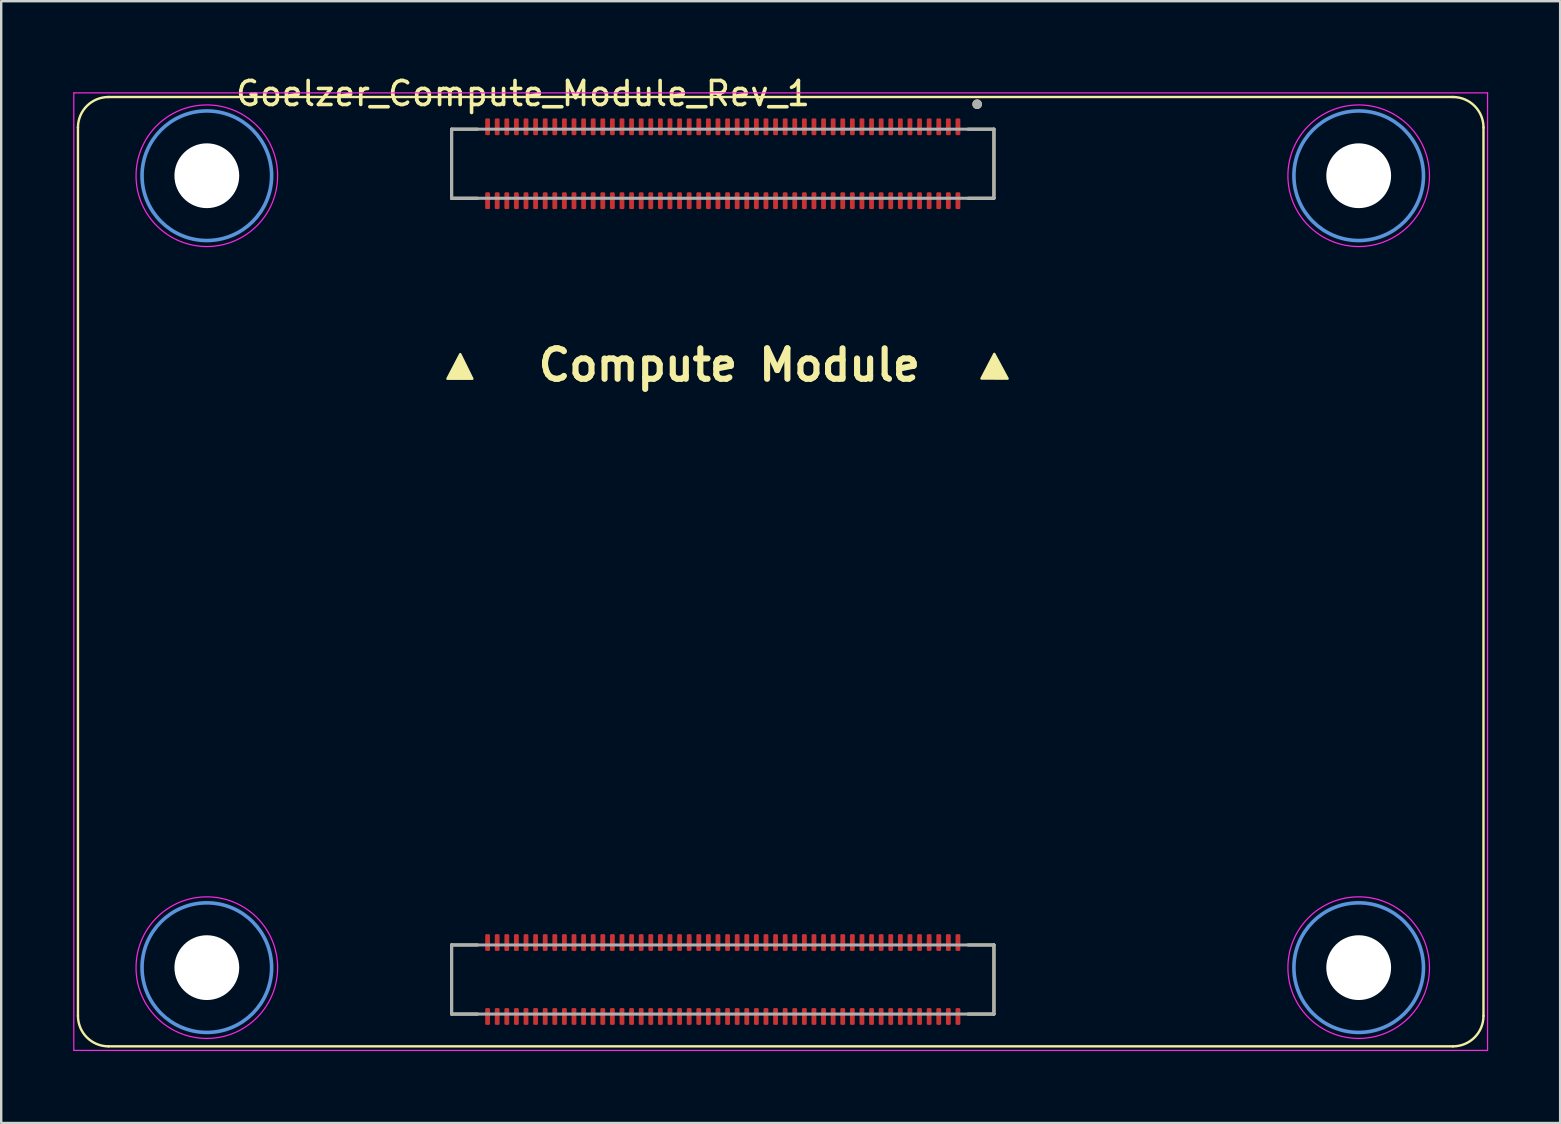
<source format=kicad_pcb>
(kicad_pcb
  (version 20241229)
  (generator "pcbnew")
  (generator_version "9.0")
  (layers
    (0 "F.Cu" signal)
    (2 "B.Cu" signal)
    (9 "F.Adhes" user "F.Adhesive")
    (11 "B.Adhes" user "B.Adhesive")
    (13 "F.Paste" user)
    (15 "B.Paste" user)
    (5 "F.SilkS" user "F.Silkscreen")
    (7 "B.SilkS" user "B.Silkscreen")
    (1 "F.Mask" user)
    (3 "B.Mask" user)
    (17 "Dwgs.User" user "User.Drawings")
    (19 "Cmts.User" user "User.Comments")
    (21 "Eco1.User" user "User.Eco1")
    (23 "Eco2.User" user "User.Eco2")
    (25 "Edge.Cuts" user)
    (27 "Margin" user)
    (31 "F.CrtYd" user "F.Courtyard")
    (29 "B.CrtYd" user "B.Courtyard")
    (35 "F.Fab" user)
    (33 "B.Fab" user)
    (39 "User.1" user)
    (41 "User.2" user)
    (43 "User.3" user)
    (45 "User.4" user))
  (footprint "Goelzer_Compute_Module_Rev_1"
    (layer "F.Cu")
    (at 27.069 3.773)
    (property "Reference" "Goelzer_Compute_Module_Rev_1" (at -8.325 -2.925 0) (layer "F.SilkS") (effects (font (size 1 1) (thickness 0.15))))
    (attr smd)
    (fp_line (start -26.87 35.51) (end -26.87 -1.51) (stroke (width 0.1) (type default)) (layer "F.SilkS"))
    (fp_line (start -25.6 -2.78) (end 30.43 -2.78) (stroke (width 0.1) (type default)) (layer "F.SilkS"))
    (fp_line (start -11.3 -1.44) (end -11.3 1.44) (stroke (width 0.127) (type solid)) (layer "F.SilkS"))
    (fp_line (start -11.3 1.44) (end -10.22 1.44) (stroke (width 0.127) (type solid)) (layer "F.SilkS"))
    (fp_line (start -11.3 32.555) (end -11.3 35.435) (stroke (width 0.127) (type solid)) (layer "F.SilkS"))
    (fp_line (start -11.3 35.435) (end -10.22 35.435) (stroke (width 0.127) (type solid)) (layer "F.SilkS"))
    (fp_line (start -10.22 -1.44) (end -11.3 -1.44) (stroke (width 0.127) (type solid)) (layer "F.SilkS"))
    (fp_line (start -10.22 32.555) (end -11.3 32.555) (stroke (width 0.127) (type solid)) (layer "F.SilkS"))
    (fp_line (start 11.3 -1.44) (end 10.22 -1.44) (stroke (width 0.127) (type solid)) (layer "F.SilkS"))
    (fp_line (start 11.3 -1.44) (end 11.3 1.44) (stroke (width 0.127) (type solid)) (layer "F.SilkS"))
    (fp_line (start 11.3 1.44) (end 10.22 1.44) (stroke (width 0.127) (type solid)) (layer "F.SilkS"))
    (fp_line (start 11.3 32.555) (end 10.22 32.555) (stroke (width 0.127) (type solid)) (layer "F.SilkS"))
    (fp_line (start 11.3 32.555) (end 11.3 35.435) (stroke (width 0.127) (type solid)) (layer "F.SilkS"))
    (fp_line (start 11.3 35.435) (end 10.22 35.435) (stroke (width 0.127) (type solid)) (layer "F.SilkS"))
    (fp_line (start 30.43 36.78) (end -25.6 36.78) (stroke (width 0.1) (type default)) (layer "F.SilkS"))
    (fp_line (start 31.7 -1.51) (end 31.7 35.51) (stroke (width 0.1) (type default)) (layer "F.SilkS"))
    (fp_arc (start -26.87 -1.51) (mid -26.498026 -2.408026) (end -25.6 -2.78) (stroke (width 0.1) (type default)) (layer "F.SilkS"))
    (fp_arc (start -25.6 36.78) (mid -26.498026 36.408026) (end -26.87 35.51) (stroke (width 0.1) (type default)) (layer "F.SilkS"))
    (fp_arc (start 30.43 -2.78) (mid 31.328026 -2.408026) (end 31.7 -1.51) (stroke (width 0.1) (type default)) (layer "F.SilkS"))
    (fp_arc (start 31.7 35.51) (mid 31.328026 36.408026) (end 30.43 36.78) (stroke (width 0.1) (type default)) (layer "F.SilkS"))
    (fp_circle (center 10.6 -2.48) (end 10.7 -2.48) (stroke (width 0.2) (type solid)) (fill no) (layer "F.SilkS"))
    (fp_poly (pts (xy -11.475 8.96) (xy -10.94 7.935) (xy -10.435 8.96)) (stroke (width 0.1) (type solid)) (fill yes) (layer "F.SilkS"))
    (fp_poly (pts (xy 10.78 8.95) (xy 11.315 7.925) (xy 11.87 8.955)) (stroke (width 0.1) (type solid)) (fill yes) (layer "F.SilkS"))
    (fp_circle (center -21.5 0.5) (end -18.8 0.5) (stroke (width 0.15) (type solid)) (fill no) (layer "Cmts.User"))
    (fp_circle (center -21.5 33.5) (end -18.8 33.5) (stroke (width 0.15) (type solid)) (fill no) (layer "Cmts.User"))
    (fp_circle (center 26.5 0.5) (end 29.2 0.5) (stroke (width 0.15) (type solid)) (fill no) (layer "Cmts.User"))
    (fp_circle (center 26.5 33.5) (end 29.2 33.5) (stroke (width 0.15) (type solid)) (fill no) (layer "Cmts.User"))
    (fp_line (start -27.044 -2.953) (end -27.044 36.948) (stroke (width 0.05) (type solid)) (layer "F.CrtYd"))
    (fp_line (start -27.044 36.948) (end 31.87 36.948) (stroke (width 0.05) (type solid)) (layer "F.CrtYd"))
    (fp_line (start 31.87 -2.953) (end -27.044 -2.953) (stroke (width 0.05) (type solid)) (layer "F.CrtYd"))
    (fp_line (start 31.87 36.948) (end 31.87 -2.953) (stroke (width 0.05) (type solid)) (layer "F.CrtYd"))
    (fp_circle (center -21.5 0.5) (end -18.55 0.5) (stroke (width 0.05) (type solid)) (fill no) (layer "F.CrtYd"))
    (fp_circle (center -21.5 33.5) (end -18.55 33.5) (stroke (width 0.05) (type solid)) (fill no) (layer "F.CrtYd"))
    (fp_circle (center 26.5 0.5) (end 29.45 0.5) (stroke (width 0.05) (type solid)) (fill no) (layer "F.CrtYd"))
    (fp_circle (center 26.5 33.5) (end 29.45 33.5) (stroke (width 0.05) (type solid)) (fill no) (layer "F.CrtYd"))
    (fp_line (start -11.3 -1.44) (end 11.3 -1.44) (stroke (width 0.127) (type solid)) (layer "F.Fab"))
    (fp_line (start -11.3 1.44) (end -11.3 -1.44) (stroke (width 0.127) (type solid)) (layer "F.Fab"))
    (fp_line (start -11.3 32.555) (end 11.3 32.555) (stroke (width 0.127) (type solid)) (layer "F.Fab"))
    (fp_line (start -11.3 35.435) (end -11.3 32.555) (stroke (width 0.127) (type solid)) (layer "F.Fab"))
    (fp_line (start 11.3 -1.44) (end 11.3 1.44) (stroke (width 0.127) (type solid)) (layer "F.Fab"))
    (fp_line (start 11.3 1.44) (end -11.3 1.44) (stroke (width 0.127) (type solid)) (layer "F.Fab"))
    (fp_line (start 11.3 32.555) (end 11.3 35.435) (stroke (width 0.127) (type solid)) (layer "F.Fab"))
    (fp_line (start 11.3 35.435) (end -11.3 35.435) (stroke (width 0.127) (type solid)) (layer "F.Fab"))
    (fp_circle (center 10.6 -2.48) (end 10.7 -2.48) (stroke (width 0.2) (type solid)) (fill no) (layer "F.Fab"))
    (fp_text user "Compute Module" (at -7.815 9.13 0) (unlocked yes) (layer "F.SilkS") (effects (font (size 1.27 1.27) (thickness 0.254) (bold yes)) (justify left bottom)))
    (pad "" np_thru_hole circle (at -21.5 0.5) (size 2.7 2.7) (drill 2.7) (layers "*.Cu" "*.Mask"))
    (pad "" np_thru_hole circle (at -21.5 33.5) (size 2.7 2.7) (drill 2.7) (layers "*.Cu" "*.Mask"))
    (pad "" np_thru_hole circle (at 26.5 0.5) (size 2.7 2.7) (drill 2.7) (layers "*.Cu" "*.Mask"))
    (pad "" np_thru_hole circle (at 26.5 33.5) (size 2.7 2.7) (drill 2.7) (layers "*.Cu" "*.Mask"))
    (pad "1" smd roundrect (at 9.8 -1.54) (size 0.2 0.7) (layers "F.Cu" "F.Mask" "F.Paste") (roundrect_rratio 0.25))
    (pad "2" smd roundrect (at 9.8 1.54) (size 0.2 0.7) (layers "F.Cu" "F.Mask" "F.Paste") (roundrect_rratio 0.25))
    (pad "3" smd roundrect (at 9.4 -1.54) (size 0.2 0.7) (layers "F.Cu" "F.Mask" "F.Paste") (roundrect_rratio 0.25))
    (pad "4" smd roundrect (at 9.4 1.54) (size 0.2 0.7) (layers "F.Cu" "F.Mask" "F.Paste") (roundrect_rratio 0.25))
    (pad "5" smd roundrect (at 9 -1.54) (size 0.2 0.7) (layers "F.Cu" "F.Mask" "F.Paste") (roundrect_rratio 0.25))
    (pad "6" smd roundrect (at 9 1.54) (size 0.2 0.7) (layers "F.Cu" "F.Mask" "F.Paste") (roundrect_rratio 0.25))
    (pad "7" smd roundrect (at 8.6 -1.54) (size 0.2 0.7) (layers "F.Cu" "F.Mask" "F.Paste") (roundrect_rratio 0.25))
    (pad "8" smd roundrect (at 8.6 1.54) (size 0.2 0.7) (layers "F.Cu" "F.Mask" "F.Paste") (roundrect_rratio 0.25))
    (pad "9" smd roundrect (at 8.2 -1.54) (size 0.2 0.7) (layers "F.Cu" "F.Mask" "F.Paste") (roundrect_rratio 0.25))
    (pad "10" smd roundrect (at 8.2 1.54) (size 0.2 0.7) (layers "F.Cu" "F.Mask" "F.Paste") (roundrect_rratio 0.25))
    (pad "11" smd roundrect (at 7.8 -1.54) (size 0.2 0.7) (layers "F.Cu" "F.Mask" "F.Paste") (roundrect_rratio 0.25))
    (pad "12" smd roundrect (at 7.8 1.54) (size 0.2 0.7) (layers "F.Cu" "F.Mask" "F.Paste") (roundrect_rratio 0.25))
    (pad "13" smd roundrect (at 7.4 -1.54) (size 0.2 0.7) (layers "F.Cu" "F.Mask" "F.Paste") (roundrect_rratio 0.25))
    (pad "14" smd roundrect (at 7.4 1.54) (size 0.2 0.7) (layers "F.Cu" "F.Mask" "F.Paste") (roundrect_rratio 0.25))
    (pad "15" smd roundrect (at 7 -1.54) (size 0.2 0.7) (layers "F.Cu" "F.Mask" "F.Paste") (roundrect_rratio 0.25))
    (pad "16" smd roundrect (at 7 1.54) (size 0.2 0.7) (layers "F.Cu" "F.Mask" "F.Paste") (roundrect_rratio 0.25))
    (pad "17" smd roundrect (at 6.6 -1.54) (size 0.2 0.7) (layers "F.Cu" "F.Mask" "F.Paste") (roundrect_rratio 0.25))
    (pad "18" smd roundrect (at 6.6 1.54) (size 0.2 0.7) (layers "F.Cu" "F.Mask" "F.Paste") (roundrect_rratio 0.25))
    (pad "19" smd roundrect (at 6.2 -1.54) (size 0.2 0.7) (layers "F.Cu" "F.Mask" "F.Paste") (roundrect_rratio 0.25))
    (pad "20" smd roundrect (at 6.2 1.54) (size 0.2 0.7) (layers "F.Cu" "F.Mask" "F.Paste") (roundrect_rratio 0.25))
    (pad "21" smd roundrect (at 5.8 -1.54) (size 0.2 0.7) (layers "F.Cu" "F.Mask" "F.Paste") (roundrect_rratio 0.25))
    (pad "22" smd roundrect (at 5.8 1.54) (size 0.2 0.7) (layers "F.Cu" "F.Mask" "F.Paste") (roundrect_rratio 0.25))
    (pad "23" smd roundrect (at 5.4 -1.54) (size 0.2 0.7) (layers "F.Cu" "F.Mask" "F.Paste") (roundrect_rratio 0.25))
    (pad "24" smd roundrect (at 5.4 1.54) (size 0.2 0.7) (layers "F.Cu" "F.Mask" "F.Paste") (roundrect_rratio 0.25))
    (pad "25" smd roundrect (at 5 -1.54) (size 0.2 0.7) (layers "F.Cu" "F.Mask" "F.Paste") (roundrect_rratio 0.25))
    (pad "26" smd roundrect (at 5 1.54) (size 0.2 0.7) (layers "F.Cu" "F.Mask" "F.Paste") (roundrect_rratio 0.25))
    (pad "27" smd roundrect (at 4.6 -1.54) (size 0.2 0.7) (layers "F.Cu" "F.Mask" "F.Paste") (roundrect_rratio 0.25))
    (pad "28" smd roundrect (at 4.6 1.54) (size 0.2 0.7) (layers "F.Cu" "F.Mask" "F.Paste") (roundrect_rratio 0.25))
    (pad "29" smd roundrect (at 4.2 -1.54) (size 0.2 0.7) (layers "F.Cu" "F.Mask" "F.Paste") (roundrect_rratio 0.25))
    (pad "30" smd roundrect (at 4.2 1.54) (size 0.2 0.7) (layers "F.Cu" "F.Mask" "F.Paste") (roundrect_rratio 0.25))
    (pad "31" smd roundrect (at 3.8 -1.54) (size 0.2 0.7) (layers "F.Cu" "F.Mask" "F.Paste") (roundrect_rratio 0.25))
    (pad "32" smd roundrect (at 3.8 1.54) (size 0.2 0.7) (layers "F.Cu" "F.Mask" "F.Paste") (roundrect_rratio 0.25))
    (pad "33" smd roundrect (at 3.4 -1.54) (size 0.2 0.7) (layers "F.Cu" "F.Mask" "F.Paste") (roundrect_rratio 0.25))
    (pad "34" smd roundrect (at 3.4 1.54) (size 0.2 0.7) (layers "F.Cu" "F.Mask" "F.Paste") (roundrect_rratio 0.25))
    (pad "35" smd roundrect (at 3 -1.54) (size 0.2 0.7) (layers "F.Cu" "F.Mask" "F.Paste") (roundrect_rratio 0.25))
    (pad "36" smd roundrect (at 3 1.54) (size 0.2 0.7) (layers "F.Cu" "F.Mask" "F.Paste") (roundrect_rratio 0.25))
    (pad "37" smd roundrect (at 2.6 -1.54) (size 0.2 0.7) (layers "F.Cu" "F.Mask" "F.Paste") (roundrect_rratio 0.25))
    (pad "38" smd roundrect (at 2.6 1.54) (size 0.2 0.7) (layers "F.Cu" "F.Mask" "F.Paste") (roundrect_rratio 0.25))
    (pad "39" smd roundrect (at 2.2 -1.54) (size 0.2 0.7) (layers "F.Cu" "F.Mask" "F.Paste") (roundrect_rratio 0.25))
    (pad "40" smd roundrect (at 2.2 1.54) (size 0.2 0.7) (layers "F.Cu" "F.Mask" "F.Paste") (roundrect_rratio 0.25))
    (pad "41" smd roundrect (at 1.8 -1.54) (size 0.2 0.7) (layers "F.Cu" "F.Mask" "F.Paste") (roundrect_rratio 0.25))
    (pad "42" smd roundrect (at 1.8 1.54) (size 0.2 0.7) (layers "F.Cu" "F.Mask" "F.Paste") (roundrect_rratio 0.25))
    (pad "43" smd roundrect (at 1.4 -1.54) (size 0.2 0.7) (layers "F.Cu" "F.Mask" "F.Paste") (roundrect_rratio 0.25))
    (pad "44" smd roundrect (at 1.4 1.54) (size 0.2 0.7) (layers "F.Cu" "F.Mask" "F.Paste") (roundrect_rratio 0.25))
    (pad "45" smd roundrect (at 1 -1.54) (size 0.2 0.7) (layers "F.Cu" "F.Mask" "F.Paste") (roundrect_rratio 0.25))
    (pad "46" smd roundrect (at 1 1.54) (size 0.2 0.7) (layers "F.Cu" "F.Mask" "F.Paste") (roundrect_rratio 0.25))
    (pad "47" smd roundrect (at 0.6 -1.54) (size 0.2 0.7) (layers "F.Cu" "F.Mask" "F.Paste") (roundrect_rratio 0.25))
    (pad "48" smd roundrect (at 0.6 1.54) (size 0.2 0.7) (layers "F.Cu" "F.Mask" "F.Paste") (roundrect_rratio 0.25))
    (pad "49" smd roundrect (at 0.2 -1.54) (size 0.2 0.7) (layers "F.Cu" "F.Mask" "F.Paste") (roundrect_rratio 0.25))
    (pad "50" smd roundrect (at 0.2 1.54) (size 0.2 0.7) (layers "F.Cu" "F.Mask" "F.Paste") (roundrect_rratio 0.25))
    (pad "51" smd roundrect (at -0.2 -1.54) (size 0.2 0.7) (layers "F.Cu" "F.Mask" "F.Paste") (roundrect_rratio 0.25))
    (pad "52" smd roundrect (at -0.2 1.54) (size 0.2 0.7) (layers "F.Cu" "F.Mask" "F.Paste") (roundrect_rratio 0.25))
    (pad "53" smd roundrect (at -0.6 -1.54) (size 0.2 0.7) (layers "F.Cu" "F.Mask" "F.Paste") (roundrect_rratio 0.25))
    (pad "54" smd roundrect (at -0.6 1.54) (size 0.2 0.7) (layers "F.Cu" "F.Mask" "F.Paste") (roundrect_rratio 0.25))
    (pad "55" smd roundrect (at -1 -1.54) (size 0.2 0.7) (layers "F.Cu" "F.Mask" "F.Paste") (roundrect_rratio 0.25))
    (pad "56" smd roundrect (at -1 1.54) (size 0.2 0.7) (layers "F.Cu" "F.Mask" "F.Paste") (roundrect_rratio 0.25))
    (pad "57" smd roundrect (at -1.4 -1.54) (size 0.2 0.7) (layers "F.Cu" "F.Mask" "F.Paste") (roundrect_rratio 0.25))
    (pad "58" smd roundrect (at -1.4 1.54) (size 0.2 0.7) (layers "F.Cu" "F.Mask" "F.Paste") (roundrect_rratio 0.25))
    (pad "59" smd roundrect (at -1.8 -1.54) (size 0.2 0.7) (layers "F.Cu" "F.Mask" "F.Paste") (roundrect_rratio 0.25))
    (pad "60" smd roundrect (at -1.8 1.54) (size 0.2 0.7) (layers "F.Cu" "F.Mask" "F.Paste") (roundrect_rratio 0.25))
    (pad "61" smd roundrect (at -2.2 -1.54) (size 0.2 0.7) (layers "F.Cu" "F.Mask" "F.Paste") (roundrect_rratio 0.25))
    (pad "62" smd roundrect (at -2.2 1.54) (size 0.2 0.7) (layers "F.Cu" "F.Mask" "F.Paste") (roundrect_rratio 0.25))
    (pad "63" smd roundrect (at -2.6 -1.54) (size 0.2 0.7) (layers "F.Cu" "F.Mask" "F.Paste") (roundrect_rratio 0.25))
    (pad "64" smd roundrect (at -2.6 1.54) (size 0.2 0.7) (layers "F.Cu" "F.Mask" "F.Paste") (roundrect_rratio 0.25))
    (pad "65" smd roundrect (at -3 -1.54) (size 0.2 0.7) (layers "F.Cu" "F.Mask" "F.Paste") (roundrect_rratio 0.25))
    (pad "66" smd roundrect (at -3 1.54) (size 0.2 0.7) (layers "F.Cu" "F.Mask" "F.Paste") (roundrect_rratio 0.25))
    (pad "67" smd roundrect (at -3.4 -1.54) (size 0.2 0.7) (layers "F.Cu" "F.Mask" "F.Paste") (roundrect_rratio 0.25))
    (pad "68" smd roundrect (at -3.4 1.54) (size 0.2 0.7) (layers "F.Cu" "F.Mask" "F.Paste") (roundrect_rratio 0.25))
    (pad "69" smd roundrect (at -3.8 -1.54) (size 0.2 0.7) (layers "F.Cu" "F.Mask" "F.Paste") (roundrect_rratio 0.25))
    (pad "70" smd roundrect (at -3.8 1.54) (size 0.2 0.7) (layers "F.Cu" "F.Mask" "F.Paste") (roundrect_rratio 0.25))
    (pad "71" smd roundrect (at -4.2 -1.54) (size 0.2 0.7) (layers "F.Cu" "F.Mask" "F.Paste") (roundrect_rratio 0.25))
    (pad "72" smd roundrect (at -4.2 1.54) (size 0.2 0.7) (layers "F.Cu" "F.Mask" "F.Paste") (roundrect_rratio 0.25))
    (pad "73" smd roundrect (at -4.6 -1.54) (size 0.2 0.7) (layers "F.Cu" "F.Mask" "F.Paste") (roundrect_rratio 0.25))
    (pad "74" smd roundrect (at -4.6 1.54) (size 0.2 0.7) (layers "F.Cu" "F.Mask" "F.Paste") (roundrect_rratio 0.25))
    (pad "75" smd roundrect (at -5 -1.54) (size 0.2 0.7) (layers "F.Cu" "F.Mask" "F.Paste") (roundrect_rratio 0.25))
    (pad "76" smd roundrect (at -5 1.54) (size 0.2 0.7) (layers "F.Cu" "F.Mask" "F.Paste") (roundrect_rratio 0.25))
    (pad "77" smd roundrect (at -5.4 -1.54) (size 0.2 0.7) (layers "F.Cu" "F.Mask" "F.Paste") (roundrect_rratio 0.25))
    (pad "78" smd roundrect (at -5.4 1.54) (size 0.2 0.7) (layers "F.Cu" "F.Mask" "F.Paste") (roundrect_rratio 0.25))
    (pad "79" smd roundrect (at -5.8 -1.54) (size 0.2 0.7) (layers "F.Cu" "F.Mask" "F.Paste") (roundrect_rratio 0.25))
    (pad "80" smd roundrect (at -5.8 1.54) (size 0.2 0.7) (layers "F.Cu" "F.Mask" "F.Paste") (roundrect_rratio 0.25))
    (pad "81" smd roundrect (at -6.2 -1.54) (size 0.2 0.7) (layers "F.Cu" "F.Mask" "F.Paste") (roundrect_rratio 0.25))
    (pad "82" smd roundrect (at -6.2 1.54) (size 0.2 0.7) (layers "F.Cu" "F.Mask" "F.Paste") (roundrect_rratio 0.25))
    (pad "83" smd roundrect (at -6.6 -1.54) (size 0.2 0.7) (layers "F.Cu" "F.Mask" "F.Paste") (roundrect_rratio 0.25))
    (pad "84" smd roundrect (at -6.6 1.54) (size 0.2 0.7) (layers "F.Cu" "F.Mask" "F.Paste") (roundrect_rratio 0.25))
    (pad "85" smd roundrect (at -7 -1.54) (size 0.2 0.7) (layers "F.Cu" "F.Mask" "F.Paste") (roundrect_rratio 0.25))
    (pad "86" smd roundrect (at -7 1.54) (size 0.2 0.7) (layers "F.Cu" "F.Mask" "F.Paste") (roundrect_rratio 0.25))
    (pad "87" smd roundrect (at -7.4 -1.54) (size 0.2 0.7) (layers "F.Cu" "F.Mask" "F.Paste") (roundrect_rratio 0.25))
    (pad "88" smd roundrect (at -7.4 1.54) (size 0.2 0.7) (layers "F.Cu" "F.Mask" "F.Paste") (roundrect_rratio 0.25))
    (pad "89" smd roundrect (at -7.8 -1.54) (size 0.2 0.7) (layers "F.Cu" "F.Mask" "F.Paste") (roundrect_rratio 0.25))
    (pad "90" smd roundrect (at -7.8 1.54) (size 0.2 0.7) (layers "F.Cu" "F.Mask" "F.Paste") (roundrect_rratio 0.25))
    (pad "91" smd roundrect (at -8.2 -1.54) (size 0.2 0.7) (layers "F.Cu" "F.Mask" "F.Paste") (roundrect_rratio 0.25))
    (pad "92" smd roundrect (at -8.2 1.54) (size 0.2 0.7) (layers "F.Cu" "F.Mask" "F.Paste") (roundrect_rratio 0.25))
    (pad "93" smd roundrect (at -8.6 -1.54) (size 0.2 0.7) (layers "F.Cu" "F.Mask" "F.Paste") (roundrect_rratio 0.25))
    (pad "94" smd roundrect (at -8.6 1.54) (size 0.2 0.7) (layers "F.Cu" "F.Mask" "F.Paste") (roundrect_rratio 0.25))
    (pad "95" smd roundrect (at -9 -1.54) (size 0.2 0.7) (layers "F.Cu" "F.Mask" "F.Paste") (roundrect_rratio 0.25))
    (pad "96" smd roundrect (at -9 1.54) (size 0.2 0.7) (layers "F.Cu" "F.Mask" "F.Paste") (roundrect_rratio 0.25))
    (pad "97" smd roundrect (at -9.4 -1.54) (size 0.2 0.7) (layers "F.Cu" "F.Mask" "F.Paste") (roundrect_rratio 0.25))
    (pad "98" smd roundrect (at -9.4 1.54) (size 0.2 0.7) (layers "F.Cu" "F.Mask" "F.Paste") (roundrect_rratio 0.25))
    (pad "99" smd roundrect (at -9.8 -1.54) (size 0.2 0.7) (layers "F.Cu" "F.Mask" "F.Paste") (roundrect_rratio 0.25))
    (pad "100" smd roundrect (at -9.8 1.54) (size 0.2 0.7) (layers "F.Cu" "F.Mask" "F.Paste") (roundrect_rratio 0.25))
    (pad "101" smd roundrect (at 9.8 32.455) (size 0.2 0.7) (layers "F.Cu" "F.Mask" "F.Paste") (roundrect_rratio 0.25))
    (pad "102" smd roundrect (at 9.8 35.535) (size 0.2 0.7) (layers "F.Cu" "F.Mask" "F.Paste") (roundrect_rratio 0.25))
    (pad "103" smd roundrect (at 9.4 32.455) (size 0.2 0.7) (layers "F.Cu" "F.Mask" "F.Paste") (roundrect_rratio 0.25))
    (pad "104" smd roundrect (at 9.4 35.535) (size 0.2 0.7) (layers "F.Cu" "F.Mask" "F.Paste") (roundrect_rratio 0.25))
    (pad "105" smd roundrect (at 9 32.455) (size 0.2 0.7) (layers "F.Cu" "F.Mask" "F.Paste") (roundrect_rratio 0.25))
    (pad "106" smd roundrect (at 9 35.535) (size 0.2 0.7) (layers "F.Cu" "F.Mask" "F.Paste") (roundrect_rratio 0.25))
    (pad "107" smd roundrect (at 8.6 32.455) (size 0.2 0.7) (layers "F.Cu" "F.Mask" "F.Paste") (roundrect_rratio 0.25))
    (pad "108" smd roundrect (at 8.6 35.535) (size 0.2 0.7) (layers "F.Cu" "F.Mask" "F.Paste") (roundrect_rratio 0.25))
    (pad "109" smd roundrect (at 8.2 32.455) (size 0.2 0.7) (layers "F.Cu" "F.Mask" "F.Paste") (roundrect_rratio 0.25))
    (pad "110" smd roundrect (at 8.2 35.535) (size 0.2 0.7) (layers "F.Cu" "F.Mask" "F.Paste") (roundrect_rratio 0.25))
    (pad "111" smd roundrect (at 7.8 32.455) (size 0.2 0.7) (layers "F.Cu" "F.Mask" "F.Paste") (roundrect_rratio 0.25))
    (pad "112" smd roundrect (at 7.8 35.535) (size 0.2 0.7) (layers "F.Cu" "F.Mask" "F.Paste") (roundrect_rratio 0.25))
    (pad "113" smd roundrect (at 7.4 32.455) (size 0.2 0.7) (layers "F.Cu" "F.Mask" "F.Paste") (roundrect_rratio 0.25))
    (pad "114" smd roundrect (at 7.4 35.535) (size 0.2 0.7) (layers "F.Cu" "F.Mask" "F.Paste") (roundrect_rratio 0.25))
    (pad "115" smd roundrect (at 7 32.455) (size 0.2 0.7) (layers "F.Cu" "F.Mask" "F.Paste") (roundrect_rratio 0.25))
    (pad "116" smd roundrect (at 7 35.535) (size 0.2 0.7) (layers "F.Cu" "F.Mask" "F.Paste") (roundrect_rratio 0.25))
    (pad "117" smd roundrect (at 6.6 32.455) (size 0.2 0.7) (layers "F.Cu" "F.Mask" "F.Paste") (roundrect_rratio 0.25))
    (pad "118" smd roundrect (at 6.6 35.535) (size 0.2 0.7) (layers "F.Cu" "F.Mask" "F.Paste") (roundrect_rratio 0.25))
    (pad "119" smd roundrect (at 6.2 32.455) (size 0.2 0.7) (layers "F.Cu" "F.Mask" "F.Paste") (roundrect_rratio 0.25))
    (pad "120" smd roundrect (at 6.2 35.535) (size 0.2 0.7) (layers "F.Cu" "F.Mask" "F.Paste") (roundrect_rratio 0.25))
    (pad "121" smd roundrect (at 5.8 32.455) (size 0.2 0.7) (layers "F.Cu" "F.Mask" "F.Paste") (roundrect_rratio 0.25))
    (pad "122" smd roundrect (at 5.8 35.535) (size 0.2 0.7) (layers "F.Cu" "F.Mask" "F.Paste") (roundrect_rratio 0.25))
    (pad "123" smd roundrect (at 5.4 32.455) (size 0.2 0.7) (layers "F.Cu" "F.Mask" "F.Paste") (roundrect_rratio 0.25))
    (pad "124" smd roundrect (at 5.4 35.535) (size 0.2 0.7) (layers "F.Cu" "F.Mask" "F.Paste") (roundrect_rratio 0.25))
    (pad "125" smd roundrect (at 5 32.455) (size 0.2 0.7) (layers "F.Cu" "F.Mask" "F.Paste") (roundrect_rratio 0.25))
    (pad "126" smd roundrect (at 5 35.535) (size 0.2 0.7) (layers "F.Cu" "F.Mask" "F.Paste") (roundrect_rratio 0.25))
    (pad "127" smd roundrect (at 4.6 32.455) (size 0.2 0.7) (layers "F.Cu" "F.Mask" "F.Paste") (roundrect_rratio 0.25))
    (pad "128" smd roundrect (at 4.6 35.535) (size 0.2 0.7) (layers "F.Cu" "F.Mask" "F.Paste") (roundrect_rratio 0.25))
    (pad "129" smd roundrect (at 4.2 32.455) (size 0.2 0.7) (layers "F.Cu" "F.Mask" "F.Paste") (roundrect_rratio 0.25))
    (pad "130" smd roundrect (at 4.2 35.535) (size 0.2 0.7) (layers "F.Cu" "F.Mask" "F.Paste") (roundrect_rratio 0.25))
    (pad "131" smd roundrect (at 3.8 32.455) (size 0.2 0.7) (layers "F.Cu" "F.Mask" "F.Paste") (roundrect_rratio 0.25))
    (pad "132" smd roundrect (at 3.8 35.535) (size 0.2 0.7) (layers "F.Cu" "F.Mask" "F.Paste") (roundrect_rratio 0.25))
    (pad "133" smd roundrect (at 3.4 32.455) (size 0.2 0.7) (layers "F.Cu" "F.Mask" "F.Paste") (roundrect_rratio 0.25))
    (pad "134" smd roundrect (at 3.4 35.535) (size 0.2 0.7) (layers "F.Cu" "F.Mask" "F.Paste") (roundrect_rratio 0.25))
    (pad "135" smd roundrect (at 3 32.455) (size 0.2 0.7) (layers "F.Cu" "F.Mask" "F.Paste") (roundrect_rratio 0.25))
    (pad "136" smd roundrect (at 3 35.535) (size 0.2 0.7) (layers "F.Cu" "F.Mask" "F.Paste") (roundrect_rratio 0.25))
    (pad "137" smd roundrect (at 2.6 32.455) (size 0.2 0.7) (layers "F.Cu" "F.Mask" "F.Paste") (roundrect_rratio 0.25))
    (pad "138" smd roundrect (at 2.6 35.535) (size 0.2 0.7) (layers "F.Cu" "F.Mask" "F.Paste") (roundrect_rratio 0.25))
    (pad "139" smd roundrect (at 2.2 32.455) (size 0.2 0.7) (layers "F.Cu" "F.Mask" "F.Paste") (roundrect_rratio 0.25))
    (pad "140" smd roundrect (at 2.2 35.535) (size 0.2 0.7) (layers "F.Cu" "F.Mask" "F.Paste") (roundrect_rratio 0.25))
    (pad "141" smd roundrect (at 1.8 32.455) (size 0.2 0.7) (layers "F.Cu" "F.Mask" "F.Paste") (roundrect_rratio 0.25))
    (pad "142" smd roundrect (at 1.8 35.535) (size 0.2 0.7) (layers "F.Cu" "F.Mask" "F.Paste") (roundrect_rratio 0.25))
    (pad "143" smd roundrect (at 1.4 32.455) (size 0.2 0.7) (layers "F.Cu" "F.Mask" "F.Paste") (roundrect_rratio 0.25))
    (pad "144" smd roundrect (at 1.4 35.535) (size 0.2 0.7) (layers "F.Cu" "F.Mask" "F.Paste") (roundrect_rratio 0.25))
    (pad "145" smd roundrect (at 1 32.455) (size 0.2 0.7) (layers "F.Cu" "F.Mask" "F.Paste") (roundrect_rratio 0.25))
    (pad "146" smd roundrect (at 1 35.535) (size 0.2 0.7) (layers "F.Cu" "F.Mask" "F.Paste") (roundrect_rratio 0.25))
    (pad "147" smd roundrect (at 0.6 32.455) (size 0.2 0.7) (layers "F.Cu" "F.Mask" "F.Paste") (roundrect_rratio 0.25))
    (pad "148" smd roundrect (at 0.6 35.535) (size 0.2 0.7) (layers "F.Cu" "F.Mask" "F.Paste") (roundrect_rratio 0.25))
    (pad "149" smd roundrect (at 0.2 32.455) (size 0.2 0.7) (layers "F.Cu" "F.Mask" "F.Paste") (roundrect_rratio 0.25))
    (pad "150" smd roundrect (at 0.2 35.535) (size 0.2 0.7) (layers "F.Cu" "F.Mask" "F.Paste") (roundrect_rratio 0.25))
    (pad "151" smd roundrect (at -0.2 32.455) (size 0.2 0.7) (layers "F.Cu" "F.Mask" "F.Paste") (roundrect_rratio 0.25))
    (pad "152" smd roundrect (at -0.2 35.535) (size 0.2 0.7) (layers "F.Cu" "F.Mask" "F.Paste") (roundrect_rratio 0.25))
    (pad "153" smd roundrect (at -0.6 32.455) (size 0.2 0.7) (layers "F.Cu" "F.Mask" "F.Paste") (roundrect_rratio 0.25))
    (pad "154" smd roundrect (at -0.6 35.535) (size 0.2 0.7) (layers "F.Cu" "F.Mask" "F.Paste") (roundrect_rratio 0.25))
    (pad "155" smd roundrect (at -1 32.455) (size 0.2 0.7) (layers "F.Cu" "F.Mask" "F.Paste") (roundrect_rratio 0.25))
    (pad "156" smd roundrect (at -1 35.535) (size 0.2 0.7) (layers "F.Cu" "F.Mask" "F.Paste") (roundrect_rratio 0.25))
    (pad "157" smd roundrect (at -1.4 32.455) (size 0.2 0.7) (layers "F.Cu" "F.Mask" "F.Paste") (roundrect_rratio 0.25))
    (pad "158" smd roundrect (at -1.4 35.535) (size 0.2 0.7) (layers "F.Cu" "F.Mask" "F.Paste") (roundrect_rratio 0.25))
    (pad "159" smd roundrect (at -1.8 32.455) (size 0.2 0.7) (layers "F.Cu" "F.Mask" "F.Paste") (roundrect_rratio 0.25))
    (pad "160" smd roundrect (at -1.8 35.535) (size 0.2 0.7) (layers "F.Cu" "F.Mask" "F.Paste") (roundrect_rratio 0.25))
    (pad "161" smd roundrect (at -2.2 32.455) (size 0.2 0.7) (layers "F.Cu" "F.Mask" "F.Paste") (roundrect_rratio 0.25))
    (pad "162" smd roundrect (at -2.2 35.535) (size 0.2 0.7) (layers "F.Cu" "F.Mask" "F.Paste") (roundrect_rratio 0.25))
    (pad "163" smd roundrect (at -2.6 32.455) (size 0.2 0.7) (layers "F.Cu" "F.Mask" "F.Paste") (roundrect_rratio 0.25))
    (pad "164" smd roundrect (at -2.6 35.535) (size 0.2 0.7) (layers "F.Cu" "F.Mask" "F.Paste") (roundrect_rratio 0.25))
    (pad "165" smd roundrect (at -3 32.455) (size 0.2 0.7) (layers "F.Cu" "F.Mask" "F.Paste") (roundrect_rratio 0.25))
    (pad "166" smd roundrect (at -3 35.535) (size 0.2 0.7) (layers "F.Cu" "F.Mask" "F.Paste") (roundrect_rratio 0.25))
    (pad "167" smd roundrect (at -3.4 32.455) (size 0.2 0.7) (layers "F.Cu" "F.Mask" "F.Paste") (roundrect_rratio 0.25))
    (pad "168" smd roundrect (at -3.4 35.535) (size 0.2 0.7) (layers "F.Cu" "F.Mask" "F.Paste") (roundrect_rratio 0.25))
    (pad "169" smd roundrect (at -3.8 32.455) (size 0.2 0.7) (layers "F.Cu" "F.Mask" "F.Paste") (roundrect_rratio 0.25))
    (pad "170" smd roundrect (at -3.8 35.535) (size 0.2 0.7) (layers "F.Cu" "F.Mask" "F.Paste") (roundrect_rratio 0.25))
    (pad "171" smd roundrect (at -4.2 32.455) (size 0.2 0.7) (layers "F.Cu" "F.Mask" "F.Paste") (roundrect_rratio 0.25))
    (pad "172" smd roundrect (at -4.2 35.535) (size 0.2 0.7) (layers "F.Cu" "F.Mask" "F.Paste") (roundrect_rratio 0.25))
    (pad "173" smd roundrect (at -4.6 32.455) (size 0.2 0.7) (layers "F.Cu" "F.Mask" "F.Paste") (roundrect_rratio 0.25))
    (pad "174" smd roundrect (at -4.6 35.535) (size 0.2 0.7) (layers "F.Cu" "F.Mask" "F.Paste") (roundrect_rratio 0.25))
    (pad "175" smd roundrect (at -5 32.455) (size 0.2 0.7) (layers "F.Cu" "F.Mask" "F.Paste") (roundrect_rratio 0.25))
    (pad "176" smd roundrect (at -5 35.535) (size 0.2 0.7) (layers "F.Cu" "F.Mask" "F.Paste") (roundrect_rratio 0.25))
    (pad "177" smd roundrect (at -5.4 32.455) (size 0.2 0.7) (layers "F.Cu" "F.Mask" "F.Paste") (roundrect_rratio 0.25))
    (pad "178" smd roundrect (at -5.4 35.535) (size 0.2 0.7) (layers "F.Cu" "F.Mask" "F.Paste") (roundrect_rratio 0.25))
    (pad "179" smd roundrect (at -5.8 32.455) (size 0.2 0.7) (layers "F.Cu" "F.Mask" "F.Paste") (roundrect_rratio 0.25))
    (pad "180" smd roundrect (at -5.8 35.535) (size 0.2 0.7) (layers "F.Cu" "F.Mask" "F.Paste") (roundrect_rratio 0.25))
    (pad "181" smd roundrect (at -6.2 32.455) (size 0.2 0.7) (layers "F.Cu" "F.Mask" "F.Paste") (roundrect_rratio 0.25))
    (pad "182" smd roundrect (at -6.2 35.535) (size 0.2 0.7) (layers "F.Cu" "F.Mask" "F.Paste") (roundrect_rratio 0.25))
    (pad "183" smd roundrect (at -6.6 32.455) (size 0.2 0.7) (layers "F.Cu" "F.Mask" "F.Paste") (roundrect_rratio 0.25))
    (pad "184" smd roundrect (at -6.6 35.535) (size 0.2 0.7) (layers "F.Cu" "F.Mask" "F.Paste") (roundrect_rratio 0.25))
    (pad "185" smd roundrect (at -7 32.455) (size 0.2 0.7) (layers "F.Cu" "F.Mask" "F.Paste") (roundrect_rratio 0.25))
    (pad "186" smd roundrect (at -7 35.535) (size 0.2 0.7) (layers "F.Cu" "F.Mask" "F.Paste") (roundrect_rratio 0.25))
    (pad "187" smd roundrect (at -7.4 32.455) (size 0.2 0.7) (layers "F.Cu" "F.Mask" "F.Paste") (roundrect_rratio 0.25))
    (pad "188" smd roundrect (at -7.4 35.535) (size 0.2 0.7) (layers "F.Cu" "F.Mask" "F.Paste") (roundrect_rratio 0.25))
    (pad "189" smd roundrect (at -7.8 32.455) (size 0.2 0.7) (layers "F.Cu" "F.Mask" "F.Paste") (roundrect_rratio 0.25))
    (pad "190" smd roundrect (at -7.8 35.535) (size 0.2 0.7) (layers "F.Cu" "F.Mask" "F.Paste") (roundrect_rratio 0.25))
    (pad "191" smd roundrect (at -8.2 32.455) (size 0.2 0.7) (layers "F.Cu" "F.Mask" "F.Paste") (roundrect_rratio 0.25))
    (pad "192" smd roundrect (at -8.2 35.535) (size 0.2 0.7) (layers "F.Cu" "F.Mask" "F.Paste") (roundrect_rratio 0.25))
    (pad "193" smd roundrect (at -8.6 32.455) (size 0.2 0.7) (layers "F.Cu" "F.Mask" "F.Paste") (roundrect_rratio 0.25))
    (pad "194" smd roundrect (at -8.6 35.535) (size 0.2 0.7) (layers "F.Cu" "F.Mask" "F.Paste") (roundrect_rratio 0.25))
    (pad "195" smd roundrect (at -9 32.455) (size 0.2 0.7) (layers "F.Cu" "F.Mask" "F.Paste") (roundrect_rratio 0.25))
    (pad "196" smd roundrect (at -9 35.535) (size 0.2 0.7) (layers "F.Cu" "F.Mask" "F.Paste") (roundrect_rratio 0.25))
    (pad "197" smd roundrect (at -9.4 32.455) (size 0.2 0.7) (layers "F.Cu" "F.Mask" "F.Paste") (roundrect_rratio 0.25))
    (pad "198" smd roundrect (at -9.4 35.535) (size 0.2 0.7) (layers "F.Cu" "F.Mask" "F.Paste") (roundrect_rratio 0.25))
    (pad "199" smd roundrect (at -9.8 32.455) (size 0.2 0.7) (layers "F.Cu" "F.Mask" "F.Paste") (roundrect_rratio 0.25))
    (pad "200" smd roundrect (at -9.8 35.535) (size 0.2 0.7) (layers "F.Cu" "F.Mask" "F.Paste") (roundrect_rratio 0.25)))
  (gr_rect
    (start -3 -3)
    (end 61.964 43.746)
    (stroke (width 0.1) (type default))
    (fill no)
    (layer "Edge.Cuts")))
</source>
